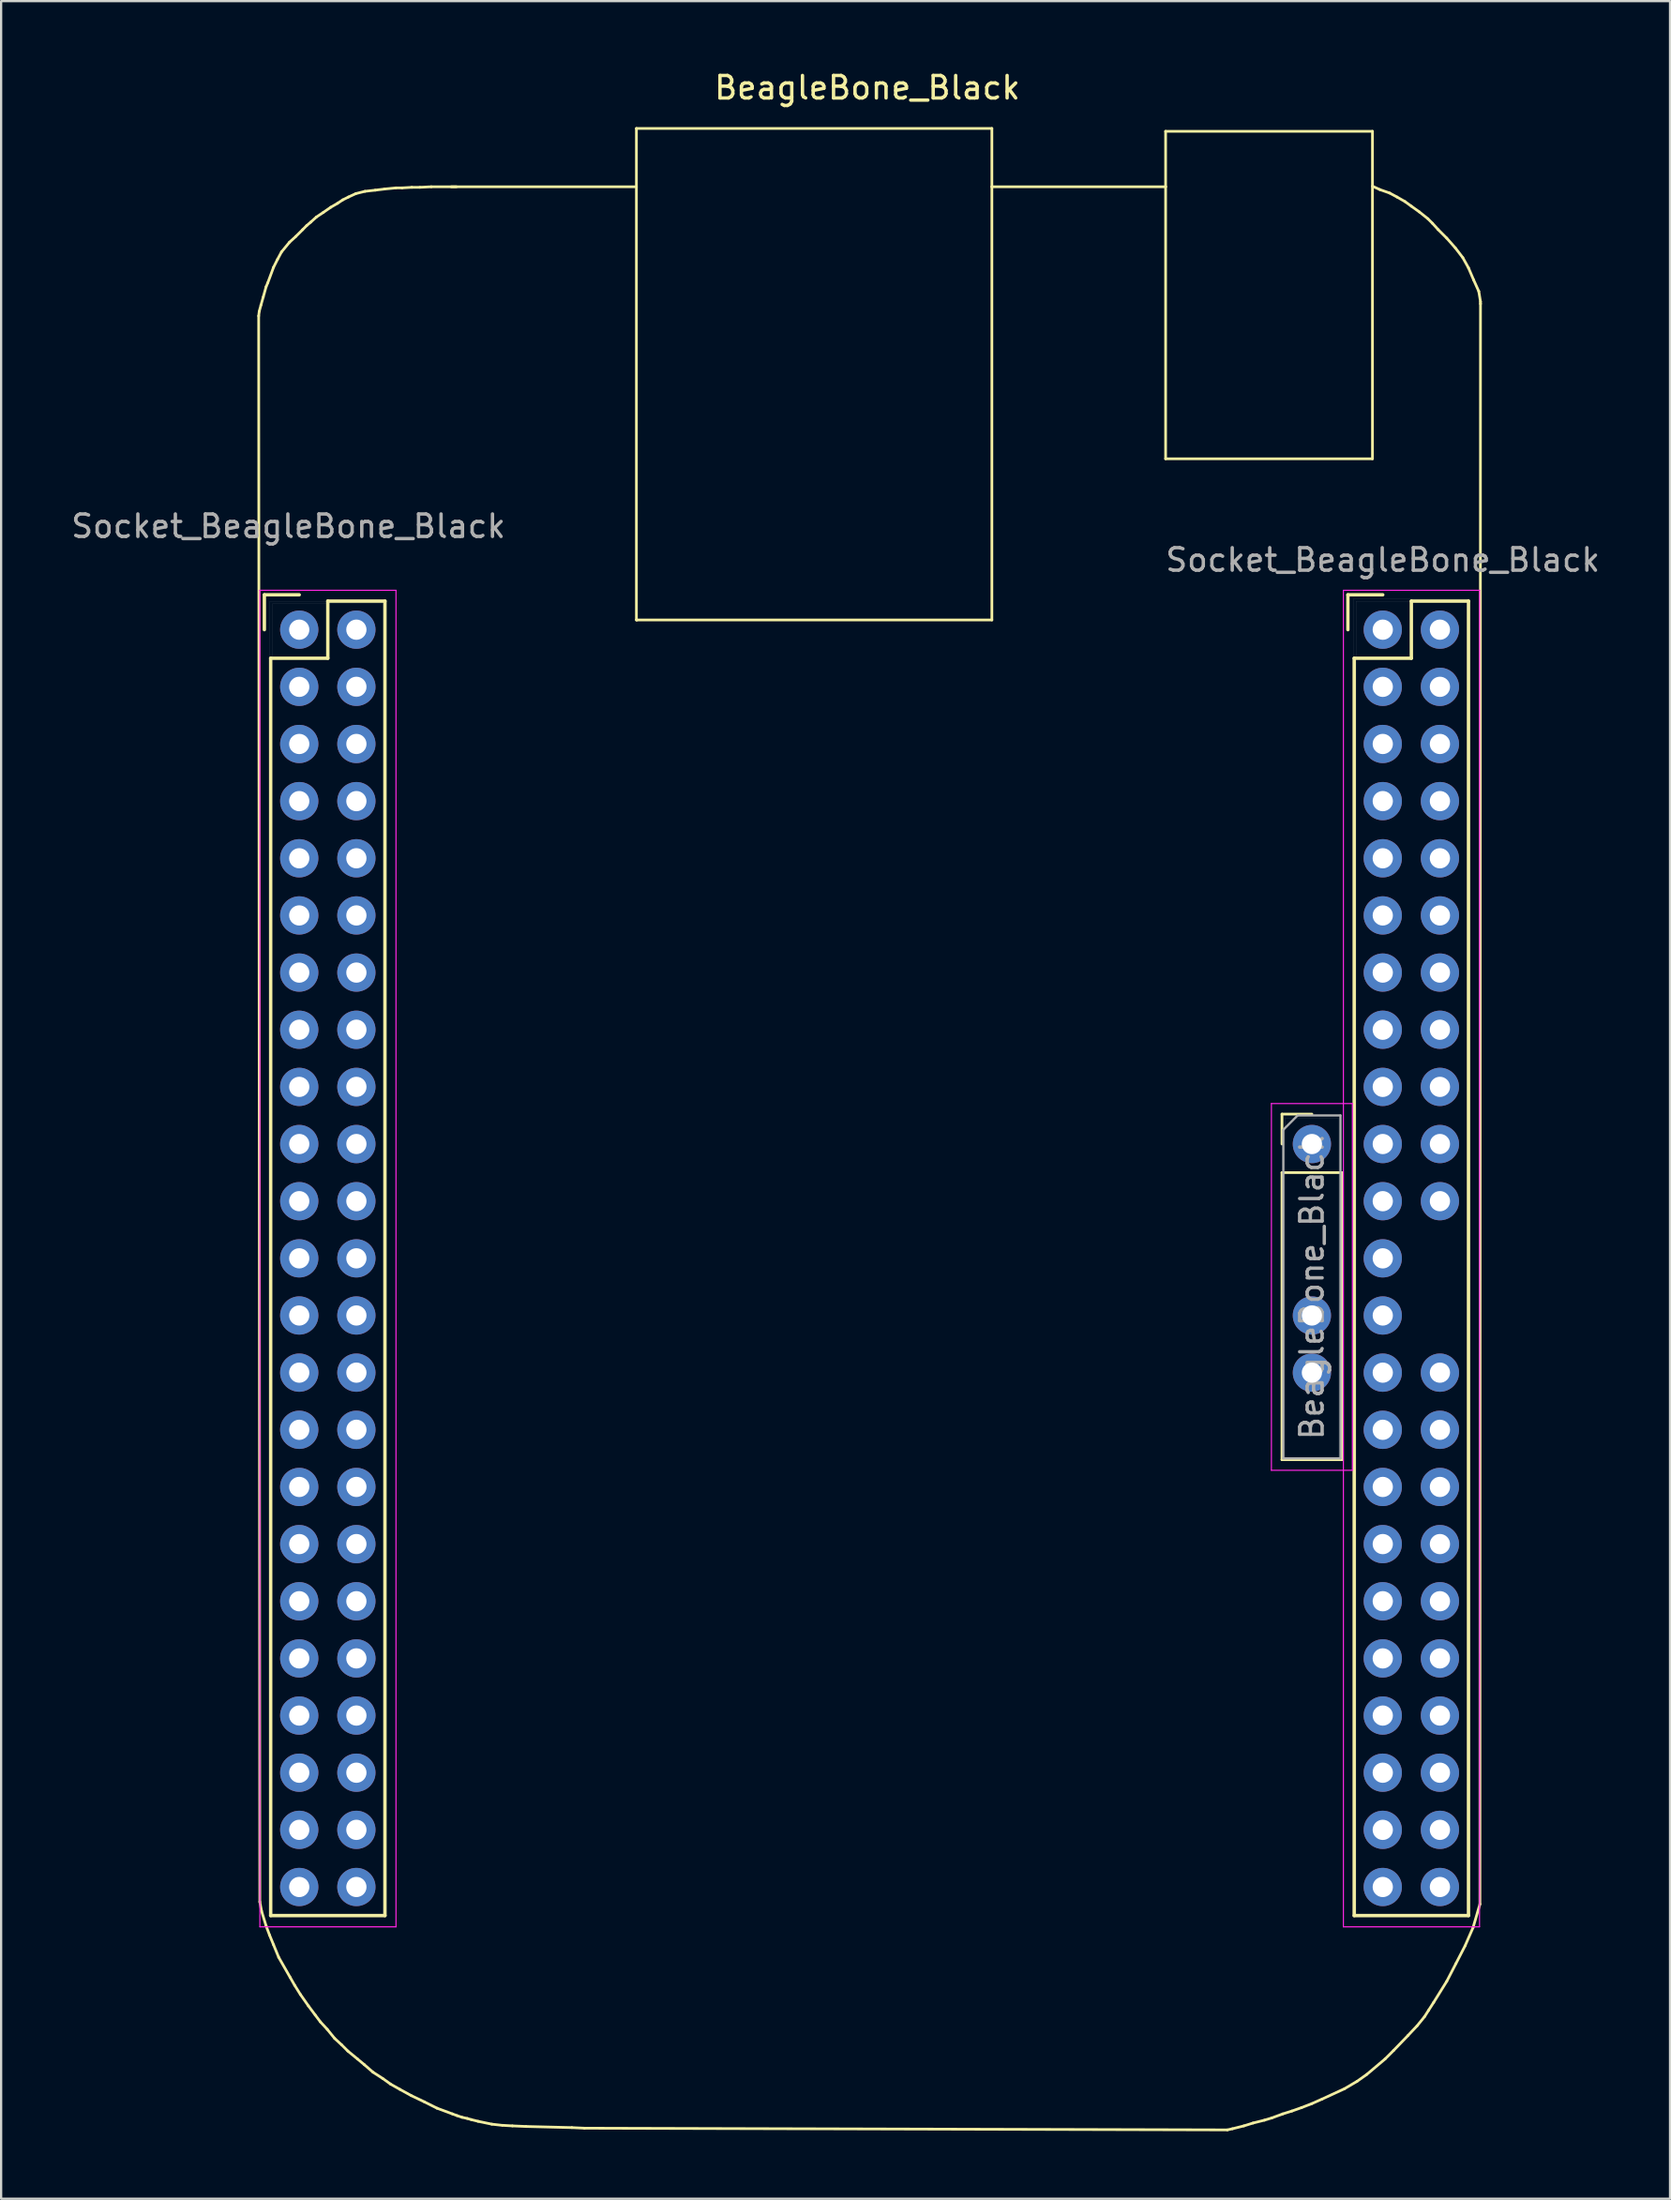
<source format=kicad_pcb>
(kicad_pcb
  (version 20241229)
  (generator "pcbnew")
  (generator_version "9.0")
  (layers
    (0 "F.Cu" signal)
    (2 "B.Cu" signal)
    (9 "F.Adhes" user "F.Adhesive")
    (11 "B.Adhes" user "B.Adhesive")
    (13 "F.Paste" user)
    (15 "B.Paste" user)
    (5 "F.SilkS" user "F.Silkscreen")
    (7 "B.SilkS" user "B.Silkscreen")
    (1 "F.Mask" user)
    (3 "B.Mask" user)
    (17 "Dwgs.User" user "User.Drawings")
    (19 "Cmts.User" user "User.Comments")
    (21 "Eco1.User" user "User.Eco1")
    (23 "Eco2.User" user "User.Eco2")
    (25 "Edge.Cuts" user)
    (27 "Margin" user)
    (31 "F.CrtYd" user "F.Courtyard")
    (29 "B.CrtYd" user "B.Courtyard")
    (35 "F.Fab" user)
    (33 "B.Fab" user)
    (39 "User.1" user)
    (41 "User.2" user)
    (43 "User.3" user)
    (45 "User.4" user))
  (footprint "BeagleBone_Black"
    (layer "F.Cu")
    (at 35.574 45.89)
    (property "Reference" "BeagleBone_Black" (at -0.076 -45.042 0) (layer "F.SilkS") (effects (font (size 1 1) (thickness 0.15))))
    (attr through_hole)
    (fp_line (start -27.127 -34.9) (end -27.102 -35.103) (stroke (width 0.12) (type solid)) (layer "F.SilkS"))
    (fp_line (start -27.127 -34.9) (end -27.076 35.585) (stroke (width 0.12) (type solid)) (layer "F.SilkS"))
    (fp_line (start -27.102 -35.103) (end -27.026 -35.382) (stroke (width 0.12) (type solid)) (layer "F.SilkS"))
    (fp_line (start -27.076 35.585) (end -27 35.992) (stroke (width 0.12) (type solid)) (layer "F.SilkS"))
    (fp_line (start -27.026 -35.382) (end -26.924 -35.738) (stroke (width 0.12) (type solid)) (layer "F.SilkS"))
    (fp_line (start -27 35.992) (end -26.797 36.652) (stroke (width 0.12) (type solid)) (layer "F.SilkS"))
    (fp_line (start -26.924 -35.738) (end -26.797 -36.195) (stroke (width 0.12) (type solid)) (layer "F.SilkS"))
    (fp_line (start -26.874 -22.505) (end -26.874 -20.955) (stroke (width 0.15) (type solid)) (layer "F.SilkS"))
    (fp_line (start -26.797 -36.195) (end -26.721 -36.373) (stroke (width 0.12) (type solid)) (layer "F.SilkS"))
    (fp_line (start -26.797 36.652) (end -26.645 37.059) (stroke (width 0.12) (type solid)) (layer "F.SilkS"))
    (fp_line (start -26.721 -36.373) (end -26.467 -37.059) (stroke (width 0.12) (type solid)) (layer "F.SilkS"))
    (fp_line (start -26.645 37.059) (end -26.467 37.49) (stroke (width 0.12) (type solid)) (layer "F.SilkS"))
    (fp_line (start -26.594 36.195) (end -26.594 -19.685) (stroke (width 0.15) (type solid)) (layer "F.SilkS"))
    (fp_line (start -26.467 -37.059) (end -26.289 -37.414) (stroke (width 0.12) (type solid)) (layer "F.SilkS"))
    (fp_line (start -26.467 37.49) (end -26.238 38.049) (stroke (width 0.12) (type solid)) (layer "F.SilkS"))
    (fp_line (start -26.289 -37.414) (end -26.111 -37.744) (stroke (width 0.12) (type solid)) (layer "F.SilkS"))
    (fp_line (start -26.238 38.049) (end -25.73 38.938) (stroke (width 0.12) (type solid)) (layer "F.SilkS"))
    (fp_line (start -26.111 -37.744) (end -25.756 -38.176) (stroke (width 0.12) (type solid)) (layer "F.SilkS"))
    (fp_line (start -25.756 -38.176) (end -25.476 -38.43) (stroke (width 0.12) (type solid)) (layer "F.SilkS"))
    (fp_line (start -25.73 38.938) (end -25.527 39.294) (stroke (width 0.12) (type solid)) (layer "F.SilkS"))
    (fp_line (start -25.527 39.294) (end -25.273 39.7) (stroke (width 0.12) (type solid)) (layer "F.SilkS"))
    (fp_line (start -25.476 -38.43) (end -25.171 -38.735) (stroke (width 0.12) (type solid)) (layer "F.SilkS"))
    (fp_line (start -25.324 -22.505) (end -26.874 -22.505) (stroke (width 0.15) (type solid)) (layer "F.SilkS"))
    (fp_line (start -25.273 39.7) (end -24.917 40.208) (stroke (width 0.12) (type solid)) (layer "F.SilkS"))
    (fp_line (start -25.171 -38.735) (end -24.994 -38.913) (stroke (width 0.12) (type solid)) (layer "F.SilkS"))
    (fp_line (start -24.994 -38.913) (end -24.816 -39.065) (stroke (width 0.12) (type solid)) (layer "F.SilkS"))
    (fp_line (start -24.917 40.208) (end -24.613 40.615) (stroke (width 0.12) (type solid)) (layer "F.SilkS"))
    (fp_line (start -24.816 -39.065) (end -24.562 -39.294) (stroke (width 0.12) (type solid)) (layer "F.SilkS"))
    (fp_line (start -24.613 40.615) (end -24.384 40.919) (stroke (width 0.12) (type solid)) (layer "F.SilkS"))
    (fp_line (start -24.562 -39.294) (end -24.257 -39.497) (stroke (width 0.12) (type solid)) (layer "F.SilkS"))
    (fp_line (start -24.384 40.919) (end -24.079 41.25) (stroke (width 0.12) (type solid)) (layer "F.SilkS"))
    (fp_line (start -24.257 -39.497) (end -23.927 -39.726) (stroke (width 0.12) (type solid)) (layer "F.SilkS"))
    (fp_line (start -24.079 41.25) (end -23.749 41.656) (stroke (width 0.12) (type solid)) (layer "F.SilkS"))
    (fp_line (start -24.054 -22.225) (end -24.054 -19.685) (stroke (width 0.15) (type solid)) (layer "F.SilkS"))
    (fp_line (start -24.054 -19.685) (end -26.594 -19.685) (stroke (width 0.15) (type solid)) (layer "F.SilkS"))
    (fp_line (start -23.927 -39.726) (end -23.622 -39.903) (stroke (width 0.12) (type solid)) (layer "F.SilkS"))
    (fp_line (start -23.749 41.656) (end -23.444 41.935) (stroke (width 0.12) (type solid)) (layer "F.SilkS"))
    (fp_line (start -23.622 -39.903) (end -23.393 -40.056) (stroke (width 0.12) (type solid)) (layer "F.SilkS"))
    (fp_line (start -23.444 41.935) (end -23.165 42.215) (stroke (width 0.12) (type solid)) (layer "F.SilkS"))
    (fp_line (start -23.393 -40.056) (end -23.139 -40.183) (stroke (width 0.12) (type solid)) (layer "F.SilkS"))
    (fp_line (start -23.165 42.215) (end -22.733 42.57) (stroke (width 0.12) (type solid)) (layer "F.SilkS"))
    (fp_line (start -23.139 -40.183) (end -22.809 -40.335) (stroke (width 0.12) (type solid)) (layer "F.SilkS"))
    (fp_line (start -22.809 -40.335) (end -22.403 -40.437) (stroke (width 0.12) (type solid)) (layer "F.SilkS"))
    (fp_line (start -22.733 42.57) (end -22.428 42.824) (stroke (width 0.12) (type solid)) (layer "F.SilkS"))
    (fp_line (start -22.428 42.824) (end -22.047 43.155) (stroke (width 0.12) (type solid)) (layer "F.SilkS"))
    (fp_line (start -22.403 -40.437) (end -21.946 -40.488) (stroke (width 0.12) (type solid)) (layer "F.SilkS"))
    (fp_line (start -22.047 43.155) (end -21.615 43.434) (stroke (width 0.12) (type solid)) (layer "F.SilkS"))
    (fp_line (start -21.946 -40.488) (end -21.539 -40.538) (stroke (width 0.12) (type solid)) (layer "F.SilkS"))
    (fp_line (start -21.615 43.434) (end -21.26 43.688) (stroke (width 0.12) (type solid)) (layer "F.SilkS"))
    (fp_line (start -21.539 -40.538) (end -21.031 -40.589) (stroke (width 0.12) (type solid)) (layer "F.SilkS"))
    (fp_line (start -21.514 -22.225) (end -24.054 -22.225) (stroke (width 0.15) (type solid)) (layer "F.SilkS"))
    (fp_line (start -21.514 36.195) (end -26.594 36.195) (stroke (width 0.15) (type solid)) (layer "F.SilkS"))
    (fp_line (start -21.514 36.195) (end -21.514 -22.225) (stroke (width 0.15) (type solid)) (layer "F.SilkS"))
    (fp_line (start -21.26 43.688) (end -20.853 43.917) (stroke (width 0.12) (type solid)) (layer "F.SilkS"))
    (fp_line (start -21.031 -40.589) (end -20.752 -40.589) (stroke (width 0.12) (type solid)) (layer "F.SilkS"))
    (fp_line (start -20.853 43.917) (end -20.345 44.196) (stroke (width 0.12) (type solid)) (layer "F.SilkS"))
    (fp_line (start -20.752 -40.589) (end -20.32 -40.615) (stroke (width 0.12) (type solid)) (layer "F.SilkS"))
    (fp_line (start -20.345 44.196) (end -19.761 44.475) (stroke (width 0.12) (type solid)) (layer "F.SilkS"))
    (fp_line (start -20.32 -40.615) (end -19.964 -40.615) (stroke (width 0.12) (type solid)) (layer "F.SilkS"))
    (fp_line (start -19.964 -40.615) (end -19.456 -40.64) (stroke (width 0.12) (type solid)) (layer "F.SilkS"))
    (fp_line (start -19.761 44.475) (end -19.202 44.755) (stroke (width 0.12) (type solid)) (layer "F.SilkS"))
    (fp_line (start -19.456 -40.64) (end -18.339 -40.64) (stroke (width 0.12) (type solid)) (layer "F.SilkS"))
    (fp_line (start -19.202 44.755) (end -18.517 45.009) (stroke (width 0.12) (type solid)) (layer "F.SilkS"))
    (fp_line (start -18.517 45.009) (end -18.313 45.085) (stroke (width 0.12) (type solid)) (layer "F.SilkS"))
    (fp_line (start -18.313 45.085) (end -18.085 45.161) (stroke (width 0.12) (type solid)) (layer "F.SilkS"))
    (fp_line (start -18.085 45.161) (end -17.856 45.212) (stroke (width 0.12) (type solid)) (layer "F.SilkS"))
    (fp_line (start -17.856 45.212) (end -17.678 45.263) (stroke (width 0.12) (type solid)) (layer "F.SilkS"))
    (fp_line (start -17.678 45.263) (end -17.374 45.339) (stroke (width 0.12) (type solid)) (layer "F.SilkS"))
    (fp_line (start -17.374 45.339) (end -16.764 45.466) (stroke (width 0.12) (type solid)) (layer "F.SilkS"))
    (fp_line (start -16.764 45.466) (end -16.307 45.517) (stroke (width 0.12) (type solid)) (layer "F.SilkS"))
    (fp_line (start -16.281 45.517) (end -15.85 45.542) (stroke (width 0.12) (type solid)) (layer "F.SilkS"))
    (fp_line (start -15.85 45.542) (end -15.24 45.568) (stroke (width 0.12) (type solid)) (layer "F.SilkS"))
    (fp_line (start -15.24 45.568) (end -13.208 45.618) (stroke (width 0.12) (type solid)) (layer "F.SilkS"))
    (fp_line (start -13.208 45.618) (end -12.649 45.644) (stroke (width 0.12) (type solid)) (layer "F.SilkS"))
    (fp_line (start -12.649 45.644) (end 15.926 45.72) (stroke (width 0.12) (type solid)) (layer "F.SilkS"))
    (fp_line (start -10.338 -43.231) (end 5.461 -43.231) (stroke (width 0.12) (type solid)) (layer "F.SilkS"))
    (fp_line (start -10.338 -40.64) (end -18.567 -40.64) (stroke (width 0.12) (type solid)) (layer "F.SilkS"))
    (fp_line (start -10.338 -21.387) (end -10.338 -43.231) (stroke (width 0.12) (type solid)) (layer "F.SilkS"))
    (fp_line (start -10.312 -21.387) (end -10.338 -21.387) (stroke (width 0.12) (type solid)) (layer "F.SilkS"))
    (fp_line (start 5.461 -43.231) (end 5.461 -40.64) (stroke (width 0.12) (type solid)) (layer "F.SilkS"))
    (fp_line (start 5.461 -40.64) (end 5.461 -21.387) (stroke (width 0.12) (type solid)) (layer "F.SilkS"))
    (fp_line (start 5.461 -40.64) (end 13.183 -40.64) (stroke (width 0.12) (type solid)) (layer "F.SilkS"))
    (fp_line (start 5.461 -21.387) (end -10.312 -21.387) (stroke (width 0.12) (type solid)) (layer "F.SilkS"))
    (fp_line (start 13.183 -43.104) (end 22.377 -43.104) (stroke (width 0.12) (type solid)) (layer "F.SilkS"))
    (fp_line (start 13.183 -40.64) (end 13.183 -43.104) (stroke (width 0.12) (type solid)) (layer "F.SilkS"))
    (fp_line (start 13.183 -28.55) (end 13.183 -40.64) (stroke (width 0.12) (type solid)) (layer "F.SilkS"))
    (fp_line (start 15.926 45.72) (end 16.154 45.669) (stroke (width 0.12) (type solid)) (layer "F.SilkS"))
    (fp_line (start 16.154 45.669) (end 16.662 45.542) (stroke (width 0.12) (type solid)) (layer "F.SilkS"))
    (fp_line (start 16.662 45.542) (end 17.069 45.415) (stroke (width 0.12) (type solid)) (layer "F.SilkS"))
    (fp_line (start 17.069 45.415) (end 17.577 45.288) (stroke (width 0.12) (type solid)) (layer "F.SilkS"))
    (fp_line (start 17.577 45.288) (end 17.907 45.187) (stroke (width 0.12) (type solid)) (layer "F.SilkS"))
    (fp_line (start 17.907 45.187) (end 18.39 45.009) (stroke (width 0.12) (type solid)) (layer "F.SilkS"))
    (fp_line (start 18.355 0.575) (end 19.685 0.575) (stroke (width 0.12) (type solid)) (layer "F.SilkS"))
    (fp_line (start 18.355 1.905) (end 18.355 0.575) (stroke (width 0.12) (type solid)) (layer "F.SilkS"))
    (fp_line (start 18.355 3.175) (end 18.355 15.935) (stroke (width 0.12) (type solid)) (layer "F.SilkS"))
    (fp_line (start 18.355 3.175) (end 21.015 3.175) (stroke (width 0.12) (type solid)) (layer "F.SilkS"))
    (fp_line (start 18.355 15.935) (end 21.015 15.935) (stroke (width 0.12) (type solid)) (layer "F.SilkS"))
    (fp_line (start 18.39 45.009) (end 18.796 44.882) (stroke (width 0.12) (type solid)) (layer "F.SilkS"))
    (fp_line (start 18.796 44.882) (end 19.228 44.729) (stroke (width 0.12) (type solid)) (layer "F.SilkS"))
    (fp_line (start 19.228 44.729) (end 19.685 44.552) (stroke (width 0.12) (type solid)) (layer "F.SilkS"))
    (fp_line (start 19.685 44.552) (end 20.142 44.348) (stroke (width 0.12) (type solid)) (layer "F.SilkS"))
    (fp_line (start 20.142 44.348) (end 21.133 43.891) (stroke (width 0.12) (type solid)) (layer "F.SilkS"))
    (fp_line (start 21.015 3.175) (end 21.015 15.935) (stroke (width 0.12) (type solid)) (layer "F.SilkS"))
    (fp_line (start 21.133 43.891) (end 21.692 43.561) (stroke (width 0.12) (type solid)) (layer "F.SilkS"))
    (fp_line (start 21.285 -22.505) (end 21.285 -20.955) (stroke (width 0.15) (type solid)) (layer "F.SilkS"))
    (fp_line (start 21.565 36.195) (end 21.565 -19.685) (stroke (width 0.15) (type solid)) (layer "F.SilkS"))
    (fp_line (start 21.692 43.561) (end 22.123 43.256) (stroke (width 0.12) (type solid)) (layer "F.SilkS"))
    (fp_line (start 22.123 43.256) (end 22.936 42.57) (stroke (width 0.12) (type solid)) (layer "F.SilkS"))
    (fp_line (start 22.377 -43.104) (end 22.377 -28.55) (stroke (width 0.12) (type solid)) (layer "F.SilkS"))
    (fp_line (start 22.377 -40.665) (end 22.708 -40.513) (stroke (width 0.12) (type solid)) (layer "F.SilkS"))
    (fp_line (start 22.377 -28.55) (end 13.183 -28.55) (stroke (width 0.12) (type solid)) (layer "F.SilkS"))
    (fp_line (start 22.708 -40.513) (end 23.139 -40.361) (stroke (width 0.12) (type solid)) (layer "F.SilkS"))
    (fp_line (start 22.835 -22.505) (end 21.285 -22.505) (stroke (width 0.15) (type solid)) (layer "F.SilkS"))
    (fp_line (start 22.936 42.57) (end 23.317 42.189) (stroke (width 0.12) (type solid)) (layer "F.SilkS"))
    (fp_line (start 23.139 -40.361) (end 23.47 -40.183) (stroke (width 0.12) (type solid)) (layer "F.SilkS"))
    (fp_line (start 23.317 42.189) (end 23.952 41.529) (stroke (width 0.12) (type solid)) (layer "F.SilkS"))
    (fp_line (start 23.47 -40.183) (end 23.825 -39.98) (stroke (width 0.12) (type solid)) (layer "F.SilkS"))
    (fp_line (start 23.825 -39.98) (end 24.105 -39.776) (stroke (width 0.12) (type solid)) (layer "F.SilkS"))
    (fp_line (start 23.952 41.529) (end 24.359 41.097) (stroke (width 0.12) (type solid)) (layer "F.SilkS"))
    (fp_line (start 24.105 -39.776) (end 24.46 -39.522) (stroke (width 0.12) (type solid)) (layer "F.SilkS"))
    (fp_line (start 24.105 -22.225) (end 24.105 -19.685) (stroke (width 0.15) (type solid)) (layer "F.SilkS"))
    (fp_line (start 24.105 -19.685) (end 21.565 -19.685) (stroke (width 0.15) (type solid)) (layer "F.SilkS"))
    (fp_line (start 24.359 41.097) (end 24.689 40.691) (stroke (width 0.12) (type solid)) (layer "F.SilkS"))
    (fp_line (start 24.46 -39.522) (end 24.841 -39.218) (stroke (width 0.12) (type solid)) (layer "F.SilkS"))
    (fp_line (start 24.689 40.691) (end 24.867 40.411) (stroke (width 0.12) (type solid)) (layer "F.SilkS"))
    (fp_line (start 24.841 -39.218) (end 25.044 -39.014) (stroke (width 0.12) (type solid)) (layer "F.SilkS"))
    (fp_line (start 24.867 40.411) (end 25.095 40.056) (stroke (width 0.12) (type solid)) (layer "F.SilkS"))
    (fp_line (start 25.044 -39.014) (end 25.298 -38.735) (stroke (width 0.12) (type solid)) (layer "F.SilkS"))
    (fp_line (start 25.095 40.056) (end 25.679 39.116) (stroke (width 0.12) (type solid)) (layer "F.SilkS"))
    (fp_line (start 25.298 -38.735) (end 25.679 -38.354) (stroke (width 0.12) (type solid)) (layer "F.SilkS"))
    (fp_line (start 25.679 -38.354) (end 26.06 -37.922) (stroke (width 0.12) (type solid)) (layer "F.SilkS"))
    (fp_line (start 25.679 39.116) (end 26.086 38.329) (stroke (width 0.12) (type solid)) (layer "F.SilkS"))
    (fp_line (start 26.06 -37.922) (end 26.391 -37.49) (stroke (width 0.12) (type solid)) (layer "F.SilkS"))
    (fp_line (start 26.086 38.329) (end 26.492 37.541) (stroke (width 0.12) (type solid)) (layer "F.SilkS"))
    (fp_line (start 26.391 -37.49) (end 26.645 -37.033) (stroke (width 0.12) (type solid)) (layer "F.SilkS"))
    (fp_line (start 26.492 37.541) (end 26.848 36.728) (stroke (width 0.12) (type solid)) (layer "F.SilkS"))
    (fp_line (start 26.645 -37.033) (end 26.873 -36.5) (stroke (width 0.12) (type solid)) (layer "F.SilkS"))
    (fp_line (start 26.645 -22.225) (end 24.105 -22.225) (stroke (width 0.15) (type solid)) (layer "F.SilkS"))
    (fp_line (start 26.645 36.195) (end 21.565 36.195) (stroke (width 0.15) (type solid)) (layer "F.SilkS"))
    (fp_line (start 26.645 36.195) (end 26.645 -22.225) (stroke (width 0.15) (type solid)) (layer "F.SilkS"))
    (fp_line (start 26.848 36.728) (end 27.153 35.687) (stroke (width 0.12) (type solid)) (layer "F.SilkS"))
    (fp_line (start 26.873 -36.5) (end 27.102 -35.992) (stroke (width 0.12) (type solid)) (layer "F.SilkS"))
    (fp_line (start 27.102 -35.992) (end 27.178 -35.535) (stroke (width 0.12) (type solid)) (layer "F.SilkS"))
    (fp_line (start 27.178 -35.535) (end 27.178 -35.433) (stroke (width 0.12) (type solid)) (layer "F.SilkS"))
    (fp_line (start 27.178 -35.458) (end 27.153 35.687) (stroke (width 0.12) (type solid)) (layer "F.SilkS"))
    (fp_line (start -26.627 -22.218) (end -26.627 7.014) (stroke (width 0.003) (type solid)) (layer "Dwgs.User"))
    (fp_line (start -26.627 7.014) (end -26.627 36.246) (stroke (width 0.003) (type solid)) (layer "Dwgs.User"))
    (fp_line (start -26.627 36.246) (end -24.051 36.246) (stroke (width 0.003) (type solid)) (layer "Dwgs.User"))
    (fp_line (start -26.515 -22.106) (end -24.051 -22.106) (stroke (width 0.003) (type solid)) (layer "Dwgs.User"))
    (fp_line (start -26.515 7.014) (end -26.515 -22.106) (stroke (width 0.003) (type solid)) (layer "Dwgs.User"))
    (fp_line (start -26.515 36.134) (end -26.515 7.014) (stroke (width 0.003) (type solid)) (layer "Dwgs.User"))
    (fp_line (start -24.051 -22.218) (end -26.627 -22.218) (stroke (width 0.003) (type solid)) (layer "Dwgs.User"))
    (fp_line (start -24.051 -22.106) (end -21.587 -22.106) (stroke (width 0.003) (type solid)) (layer "Dwgs.User"))
    (fp_line (start -24.051 36.134) (end -26.515 36.134) (stroke (width 0.003) (type solid)) (layer "Dwgs.User"))
    (fp_line (start -24.051 36.246) (end -21.475 36.246) (stroke (width 0.003) (type solid)) (layer "Dwgs.User"))
    (fp_line (start -21.587 -22.106) (end -21.587 7.014) (stroke (width 0.003) (type solid)) (layer "Dwgs.User"))
    (fp_line (start -21.587 7.014) (end -21.587 36.134) (stroke (width 0.003) (type solid)) (layer "Dwgs.User"))
    (fp_line (start -21.587 36.134) (end -24.051 36.134) (stroke (width 0.003) (type solid)) (layer "Dwgs.User"))
    (fp_line (start -21.475 -22.218) (end -24.051 -22.218) (stroke (width 0.003) (type solid)) (layer "Dwgs.User"))
    (fp_line (start -21.475 7.014) (end -21.475 -22.218) (stroke (width 0.003) (type solid)) (layer "Dwgs.User"))
    (fp_line (start -21.475 36.246) (end -21.475 7.014) (stroke (width 0.003) (type solid)) (layer "Dwgs.User"))
    (fp_line (start 18.397 0.63) (end 18.397 8.302) (stroke (width 0.003) (type solid)) (layer "Dwgs.User"))
    (fp_line (start 18.397 8.302) (end 18.397 15.974) (stroke (width 0.003) (type solid)) (layer "Dwgs.User"))
    (fp_line (start 18.397 15.974) (end 19.685 15.974) (stroke (width 0.003) (type solid)) (layer "Dwgs.User"))
    (fp_line (start 18.509 0.742) (end 19.685 0.742) (stroke (width 0.003) (type solid)) (layer "Dwgs.User"))
    (fp_line (start 18.509 8.302) (end 18.509 0.742) (stroke (width 0.003) (type solid)) (layer "Dwgs.User"))
    (fp_line (start 18.509 15.862) (end 18.509 8.302) (stroke (width 0.003) (type solid)) (layer "Dwgs.User"))
    (fp_line (start 19.685 0.63) (end 18.397 0.63) (stroke (width 0.003) (type solid)) (layer "Dwgs.User"))
    (fp_line (start 19.685 0.742) (end 20.861 0.742) (stroke (width 0.003) (type solid)) (layer "Dwgs.User"))
    (fp_line (start 19.685 15.862) (end 18.509 15.862) (stroke (width 0.003) (type solid)) (layer "Dwgs.User"))
    (fp_line (start 19.685 15.974) (end 20.973 15.974) (stroke (width 0.003) (type solid)) (layer "Dwgs.User"))
    (fp_line (start 20.861 0.742) (end 20.861 8.302) (stroke (width 0.003) (type solid)) (layer "Dwgs.User"))
    (fp_line (start 20.861 8.302) (end 20.861 15.862) (stroke (width 0.003) (type solid)) (layer "Dwgs.User"))
    (fp_line (start 20.861 15.862) (end 19.685 15.862) (stroke (width 0.003) (type solid)) (layer "Dwgs.User"))
    (fp_line (start 20.973 0.63) (end 19.685 0.63) (stroke (width 0.003) (type solid)) (layer "Dwgs.User"))
    (fp_line (start 20.973 8.302) (end 20.973 0.63) (stroke (width 0.003) (type solid)) (layer "Dwgs.User"))
    (fp_line (start 20.973 15.974) (end 20.973 8.302) (stroke (width 0.003) (type solid)) (layer "Dwgs.User"))
    (fp_line (start 21.533 -22.33) (end 21.533 6.958) (stroke (width 0.003) (type solid)) (layer "Dwgs.User"))
    (fp_line (start 21.533 6.958) (end 21.533 36.246) (stroke (width 0.003) (type solid)) (layer "Dwgs.User"))
    (fp_line (start 21.533 36.246) (end 24.109 36.246) (stroke (width 0.003) (type solid)) (layer "Dwgs.User"))
    (fp_line (start 21.645 -22.218) (end 24.109 -22.218) (stroke (width 0.003) (type solid)) (layer "Dwgs.User"))
    (fp_line (start 21.645 6.958) (end 21.645 -22.218) (stroke (width 0.003) (type solid)) (layer "Dwgs.User"))
    (fp_line (start 21.645 36.134) (end 21.645 6.958) (stroke (width 0.003) (type solid)) (layer "Dwgs.User"))
    (fp_line (start 24.109 -22.33) (end 21.533 -22.33) (stroke (width 0.003) (type solid)) (layer "Dwgs.User"))
    (fp_line (start 24.109 -22.218) (end 26.573 -22.218) (stroke (width 0.003) (type solid)) (layer "Dwgs.User"))
    (fp_line (start 24.109 36.134) (end 21.645 36.134) (stroke (width 0.003) (type solid)) (layer "Dwgs.User"))
    (fp_line (start 24.109 36.246) (end 26.685 36.246) (stroke (width 0.003) (type solid)) (layer "Dwgs.User"))
    (fp_line (start 26.573 -22.218) (end 26.573 6.958) (stroke (width 0.003) (type solid)) (layer "Dwgs.User"))
    (fp_line (start 26.573 6.958) (end 26.573 36.134) (stroke (width 0.003) (type solid)) (layer "Dwgs.User"))
    (fp_line (start 26.573 36.134) (end 24.109 36.134) (stroke (width 0.003) (type solid)) (layer "Dwgs.User"))
    (fp_line (start 26.685 -22.33) (end 24.109 -22.33) (stroke (width 0.003) (type solid)) (layer "Dwgs.User"))
    (fp_line (start 26.685 6.958) (end 26.685 -22.33) (stroke (width 0.003) (type solid)) (layer "Dwgs.User"))
    (fp_line (start 26.685 36.246) (end 26.685 6.958) (stroke (width 0.003) (type solid)) (layer "Dwgs.User"))
    (fp_line (start 27.157 -0.21) (end 27.128 24.547) (stroke (width 0.003) (type solid)) (layer "Dwgs.User"))
    (fp_line (start -27.074 -22.705) (end -27.074 36.695) (stroke (width 0.05) (type solid)) (layer "F.CrtYd"))
    (fp_line (start -27.074 -22.705) (end -21.024 -22.705) (stroke (width 0.05) (type solid)) (layer "F.CrtYd"))
    (fp_line (start -27.074 36.695) (end -21.024 36.695) (stroke (width 0.05) (type solid)) (layer "F.CrtYd"))
    (fp_line (start -21.024 -22.705) (end -21.024 36.695) (stroke (width 0.05) (type solid)) (layer "F.CrtYd"))
    (fp_line (start 17.885 0.105) (end 17.885 16.405) (stroke (width 0.05) (type solid)) (layer "F.CrtYd"))
    (fp_line (start 17.885 16.405) (end 21.485 16.405) (stroke (width 0.05) (type solid)) (layer "F.CrtYd"))
    (fp_line (start 21.085 -22.705) (end 21.085 36.695) (stroke (width 0.05) (type solid)) (layer "F.CrtYd"))
    (fp_line (start 21.085 -22.705) (end 27.135 -22.705) (stroke (width 0.05) (type solid)) (layer "F.CrtYd"))
    (fp_line (start 21.085 36.695) (end 27.135 36.695) (stroke (width 0.05) (type solid)) (layer "F.CrtYd"))
    (fp_line (start 21.485 0.105) (end 17.885 0.105) (stroke (width 0.05) (type solid)) (layer "F.CrtYd"))
    (fp_line (start 21.485 16.405) (end 21.485 0.105) (stroke (width 0.05) (type solid)) (layer "F.CrtYd"))
    (fp_line (start 27.135 -22.705) (end 27.135 36.695) (stroke (width 0.05) (type solid)) (layer "F.CrtYd"))
    (fp_line (start 18.415 1.27) (end 19.05 0.635) (stroke (width 0.1) (type solid)) (layer "F.Fab"))
    (fp_line (start 18.415 15.875) (end 18.415 1.27) (stroke (width 0.1) (type solid)) (layer "F.Fab"))
    (fp_line (start 19.05 0.635) (end 20.955 0.635) (stroke (width 0.1) (type solid)) (layer "F.Fab"))
    (fp_line (start 20.955 0.635) (end 20.955 15.875) (stroke (width 0.1) (type solid)) (layer "F.Fab"))
    (fp_line (start 20.955 15.875) (end 18.415 15.875) (stroke (width 0.1) (type solid)) (layer "F.Fab"))
    (fp_text user "${REFERENCE}" (at 19.685 8.255 90) (layer "F.Fab") (effects (font (size 1 1) (thickness 0.15))))
    (fp_text user "Socket_BeagleBone_Black" (at 22.835 -24.055 0) (layer "F.Fab") (effects (font (size 1 1) (thickness 0.15))))
    (fp_text user "Socket_BeagleBone_Black" (at -25.806 -25.554 0) (layer "F.Fab") (effects (font (size 1 1) (thickness 0.15))))
    (pad "J1_1" thru_hole circle (at 19.685 1.905) (size 1.7 1.7) (drill 0.9) (layers "*.Cu" "*.Mask"))
    (pad "J1_4" thru_hole circle (at 19.685 9.525) (size 1.7 1.7) (drill 0.9) (layers "*.Cu" "*.Mask"))
    (pad "J1_5" thru_hole circle (at 19.685 12.065) (size 1.7 1.7) (drill 0.9) (layers "*.Cu" "*.Mask"))
    (pad "P8_1" thru_hole circle (at -22.784 -20.955) (size 1.7 1.7) (drill 0.9) (layers "*.Cu" "*.Mask"))
    (pad "P8_2" thru_hole circle (at -25.324 -20.955) (size 1.7 1.7) (drill 0.9) (layers "*.Cu" "*.Mask"))
    (pad "P8_3" thru_hole circle (at -22.784 -18.415) (size 1.7 1.7) (drill 0.9) (layers "*.Cu" "*.Mask"))
    (pad "P8_4" thru_hole circle (at -25.324 -18.415) (size 1.7 1.7) (drill 0.9) (layers "*.Cu" "*.Mask"))
    (pad "P8_5" thru_hole circle (at -22.784 -15.875) (size 1.7 1.7) (drill 0.9) (layers "*.Cu" "*.Mask"))
    (pad "P8_6" thru_hole circle (at -25.324 -15.875) (size 1.7 1.7) (drill 0.9) (layers "*.Cu" "*.Mask"))
    (pad "P8_7" thru_hole circle (at -22.784 -13.335) (size 1.7 1.7) (drill 0.9) (layers "*.Cu" "*.Mask"))
    (pad "P8_8" thru_hole circle (at -25.324 -13.335) (size 1.7 1.7) (drill 0.9) (layers "*.Cu" "*.Mask"))
    (pad "P8_9" thru_hole circle (at -22.784 -10.795) (size 1.7 1.7) (drill 0.9) (layers "*.Cu" "*.Mask"))
    (pad "P8_10" thru_hole circle (at -25.324 -10.795) (size 1.7 1.7) (drill 0.9) (layers "*.Cu" "*.Mask"))
    (pad "P8_11" thru_hole circle (at -22.784 -8.255) (size 1.7 1.7) (drill 0.9) (layers "*.Cu" "*.Mask"))
    (pad "P8_12" thru_hole circle (at -25.324 -8.255) (size 1.7 1.7) (drill 0.9) (layers "*.Cu" "*.Mask"))
    (pad "P8_13" thru_hole circle (at -22.784 -5.715) (size 1.7 1.7) (drill 0.9) (layers "*.Cu" "*.Mask"))
    (pad "P8_14" thru_hole circle (at -25.324 -5.715) (size 1.7 1.7) (drill 0.9) (layers "*.Cu" "*.Mask"))
    (pad "P8_15" thru_hole circle (at -22.784 -3.175) (size 1.7 1.7) (drill 0.9) (layers "*.Cu" "*.Mask"))
    (pad "P8_16" thru_hole circle (at -25.324 -3.175) (size 1.7 1.7) (drill 0.9) (layers "*.Cu" "*.Mask"))
    (pad "P8_17" thru_hole circle (at -22.784 -0.635) (size 1.7 1.7) (drill 0.9) (layers "*.Cu" "*.Mask"))
    (pad "P8_18" thru_hole circle (at -25.324 -0.635) (size 1.7 1.7) (drill 0.9) (layers "*.Cu" "*.Mask"))
    (pad "P8_19" thru_hole circle (at -22.784 1.905) (size 1.7 1.7) (drill 0.9) (layers "*.Cu" "*.Mask"))
    (pad "P8_20" thru_hole circle (at -25.324 1.905) (size 1.7 1.7) (drill 0.9) (layers "*.Cu" "*.Mask"))
    (pad "P8_21" thru_hole circle (at -22.784 4.445) (size 1.7 1.7) (drill 0.9) (layers "*.Cu" "*.Mask"))
    (pad "P8_22" thru_hole circle (at -25.324 4.445) (size 1.7 1.7) (drill 0.9) (layers "*.Cu" "*.Mask"))
    (pad "P8_23" thru_hole circle (at -22.784 6.985) (size 1.7 1.7) (drill 0.9) (layers "*.Cu" "*.Mask"))
    (pad "P8_24" thru_hole circle (at -25.324 6.985) (size 1.7 1.7) (drill 0.9) (layers "*.Cu" "*.Mask"))
    (pad "P8_25" thru_hole circle (at -22.784 9.525) (size 1.7 1.7) (drill 0.9) (layers "*.Cu" "*.Mask"))
    (pad "P8_26" thru_hole circle (at -25.324 9.525) (size 1.7 1.7) (drill 0.9) (layers "*.Cu" "*.Mask"))
    (pad "P8_27" thru_hole circle (at -22.784 12.065) (size 1.7 1.7) (drill 0.9) (layers "*.Cu" "*.Mask"))
    (pad "P8_28" thru_hole circle (at -25.324 12.065) (size 1.7 1.7) (drill 0.9) (layers "*.Cu" "*.Mask"))
    (pad "P8_29" thru_hole circle (at -22.784 14.605) (size 1.7 1.7) (drill 0.9) (layers "*.Cu" "*.Mask"))
    (pad "P8_30" thru_hole circle (at -25.324 14.605) (size 1.7 1.7) (drill 0.9) (layers "*.Cu" "*.Mask"))
    (pad "P8_31" thru_hole circle (at -22.784 17.145) (size 1.7 1.7) (drill 0.9) (layers "*.Cu" "*.Mask"))
    (pad "P8_32" thru_hole circle (at -25.324 17.145) (size 1.7 1.7) (drill 0.9) (layers "*.Cu" "*.Mask"))
    (pad "P8_33" thru_hole circle (at -22.784 19.685) (size 1.7 1.7) (drill 0.9) (layers "*.Cu" "*.Mask"))
    (pad "P8_34" thru_hole circle (at -25.324 19.685) (size 1.7 1.7) (drill 0.9) (layers "*.Cu" "*.Mask"))
    (pad "P8_35" thru_hole circle (at -22.784 22.225) (size 1.7 1.7) (drill 0.9) (layers "*.Cu" "*.Mask"))
    (pad "P8_36" thru_hole circle (at -25.324 22.225) (size 1.7 1.7) (drill 0.9) (layers "*.Cu" "*.Mask"))
    (pad "P8_37" thru_hole circle (at -22.784 24.765) (size 1.7 1.7) (drill 0.9) (layers "*.Cu" "*.Mask"))
    (pad "P8_38" thru_hole circle (at -25.324 24.765) (size 1.7 1.7) (drill 0.9) (layers "*.Cu" "*.Mask"))
    (pad "P8_39" thru_hole circle (at -22.784 27.305) (size 1.7 1.7) (drill 0.9) (layers "*.Cu" "*.Mask"))
    (pad "P8_40" thru_hole circle (at -25.324 27.305) (size 1.7 1.7) (drill 0.9) (layers "*.Cu" "*.Mask"))
    (pad "P8_41" thru_hole circle (at -22.784 29.845) (size 1.7 1.7) (drill 0.9) (layers "*.Cu" "*.Mask"))
    (pad "P8_42" thru_hole circle (at -25.324 29.845) (size 1.7 1.7) (drill 0.9) (layers "*.Cu" "*.Mask"))
    (pad "P8_43" thru_hole circle (at -22.784 32.385) (size 1.7 1.7) (drill 0.9) (layers "*.Cu" "*.Mask"))
    (pad "P8_44" thru_hole circle (at -25.324 32.385) (size 1.7 1.7) (drill 0.9) (layers "*.Cu" "*.Mask"))
    (pad "P8_45" thru_hole circle (at -22.784 34.925) (size 1.7 1.7) (drill 0.9) (layers "*.Cu" "*.Mask"))
    (pad "P8_46" thru_hole circle (at -25.324 34.925) (size 1.7 1.7) (drill 0.9) (layers "*.Cu" "*.Mask"))
    (pad "P9_1" thru_hole circle (at 25.375 -20.955) (size 1.7 1.7) (drill 0.9) (layers "*.Cu" "*.Mask"))
    (pad "P9_2" thru_hole circle (at 22.835 -20.955) (size 1.7 1.7) (drill 0.9) (layers "*.Cu" "*.Mask"))
    (pad "P9_3" thru_hole circle (at 25.375 -18.415) (size 1.7 1.7) (drill 0.9) (layers "*.Cu" "*.Mask"))
    (pad "P9_4" thru_hole circle (at 22.835 -18.415) (size 1.7 1.7) (drill 0.9) (layers "*.Cu" "*.Mask"))
    (pad "P9_5" thru_hole circle (at 25.375 -15.875) (size 1.7 1.7) (drill 0.9) (layers "*.Cu" "*.Mask"))
    (pad "P9_6" thru_hole circle (at 22.835 -15.875) (size 1.7 1.7) (drill 0.9) (layers "*.Cu" "*.Mask"))
    (pad "P9_7" thru_hole circle (at 25.375 -13.335) (size 1.7 1.7) (drill 0.9) (layers "*.Cu" "*.Mask"))
    (pad "P9_8" thru_hole circle (at 22.835 -13.335) (size 1.7 1.7) (drill 0.9) (layers "*.Cu" "*.Mask"))
    (pad "P9_9" thru_hole circle (at 25.375 -10.795) (size 1.7 1.7) (drill 0.9) (layers "*.Cu" "*.Mask"))
    (pad "P9_10" thru_hole circle (at 22.835 -10.795) (size 1.7 1.7) (drill 0.9) (layers "*.Cu" "*.Mask"))
    (pad "P9_11" thru_hole circle (at 25.375 -8.255) (size 1.7 1.7) (drill 0.9) (layers "*.Cu" "*.Mask"))
    (pad "P9_12" thru_hole circle (at 22.835 -8.255) (size 1.7 1.7) (drill 0.9) (layers "*.Cu" "*.Mask"))
    (pad "P9_13" thru_hole circle (at 25.375 -5.715) (size 1.7 1.7) (drill 0.9) (layers "*.Cu" "*.Mask"))
    (pad "P9_14" thru_hole circle (at 22.835 -5.715) (size 1.7 1.7) (drill 0.9) (layers "*.Cu" "*.Mask"))
    (pad "P9_15" thru_hole circle (at 25.375 -3.175) (size 1.7 1.7) (drill 0.9) (layers "*.Cu" "*.Mask"))
    (pad "P9_16" thru_hole circle (at 22.835 -3.175) (size 1.7 1.7) (drill 0.9) (layers "*.Cu" "*.Mask"))
    (pad "P9_17" thru_hole circle (at 25.375 -0.635) (size 1.7 1.7) (drill 0.9) (layers "*.Cu" "*.Mask"))
    (pad "P9_18" thru_hole circle (at 22.835 -0.635) (size 1.7 1.7) (drill 0.9) (layers "*.Cu" "*.Mask"))
    (pad "P9_19" thru_hole circle (at 25.375 1.905) (size 1.7 1.7) (drill 0.9) (layers "*.Cu" "*.Mask"))
    (pad "P9_20" thru_hole circle (at 22.835 1.905) (size 1.7 1.7) (drill 0.9) (layers "*.Cu" "*.Mask"))
    (pad "P9_21" thru_hole circle (at 25.375 4.445) (size 1.7 1.7) (drill 0.9) (layers "*.Cu" "*.Mask"))
    (pad "P9_22" thru_hole circle (at 22.835 4.445) (size 1.7 1.7) (drill 0.9) (layers "*.Cu" "*.Mask"))
    (pad "P9_24" thru_hole circle (at 22.835 6.985) (size 1.7 1.7) (drill 0.9) (layers "*.Cu" "*.Mask"))
    (pad "P9_26" thru_hole circle (at 22.835 9.525) (size 1.7 1.7) (drill 0.9) (layers "*.Cu" "*.Mask"))
    (pad "P9_27" thru_hole circle (at 25.375 12.065) (size 1.7 1.7) (drill 0.9) (layers "*.Cu" "*.Mask"))
    (pad "P9_28" thru_hole circle (at 22.835 12.065) (size 1.7 1.7) (drill 0.9) (layers "*.Cu" "*.Mask"))
    (pad "P9_29" thru_hole circle (at 25.375 14.605) (size 1.7 1.7) (drill 0.9) (layers "*.Cu" "*.Mask"))
    (pad "P9_30" thru_hole circle (at 22.835 14.605) (size 1.7 1.7) (drill 0.9) (layers "*.Cu" "*.Mask"))
    (pad "P9_31" thru_hole circle (at 25.375 17.145) (size 1.7 1.7) (drill 0.9) (layers "*.Cu" "*.Mask"))
    (pad "P9_32" thru_hole circle (at 22.835 17.145) (size 1.7 1.7) (drill 0.9) (layers "*.Cu" "*.Mask"))
    (pad "P9_33" thru_hole circle (at 25.375 19.685) (size 1.7 1.7) (drill 0.9) (layers "*.Cu" "*.Mask"))
    (pad "P9_34" thru_hole circle (at 22.835 19.685) (size 1.7 1.7) (drill 0.9) (layers "*.Cu" "*.Mask"))
    (pad "P9_35" thru_hole circle (at 25.375 22.225) (size 1.7 1.7) (drill 0.9) (layers "*.Cu" "*.Mask"))
    (pad "P9_36" thru_hole circle (at 22.835 22.225) (size 1.7 1.7) (drill 0.9) (layers "*.Cu" "*.Mask"))
    (pad "P9_37" thru_hole circle (at 25.375 24.765) (size 1.7 1.7) (drill 0.9) (layers "*.Cu" "*.Mask"))
    (pad "P9_38" thru_hole circle (at 22.835 24.765) (size 1.7 1.7) (drill 0.9) (layers "*.Cu" "*.Mask"))
    (pad "P9_39" thru_hole circle (at 25.375 27.305) (size 1.7 1.7) (drill 0.9) (layers "*.Cu" "*.Mask"))
    (pad "P9_40" thru_hole circle (at 22.835 27.305) (size 1.7 1.7) (drill 0.9) (layers "*.Cu" "*.Mask"))
    (pad "P9_41" thru_hole circle (at 25.375 29.845) (size 1.7 1.7) (drill 0.9) (layers "*.Cu" "*.Mask"))
    (pad "P9_42" thru_hole circle (at 22.835 29.845) (size 1.7 1.7) (drill 0.9) (layers "*.Cu" "*.Mask"))
    (pad "P9_43" thru_hole circle (at 25.375 32.385) (size 1.7 1.7) (drill 0.9) (layers "*.Cu" "*.Mask"))
    (pad "P9_44" thru_hole circle (at 22.835 32.385) (size 1.7 1.7) (drill 0.9) (layers "*.Cu" "*.Mask"))
    (pad "P9_45" thru_hole circle (at 25.375 34.925) (size 1.7 1.7) (drill 0.9) (layers "*.Cu" "*.Mask"))
    (pad "P9_46" thru_hole circle (at 22.835 34.925) (size 1.7 1.7) (drill 0.9) (layers "*.Cu" "*.Mask")))
  (gr_rect
    (start -3 -3)
    (end 71.177 94.67)
    (stroke (width 0.1) (type default))
    (fill no)
    (layer "Edge.Cuts")))
</source>
